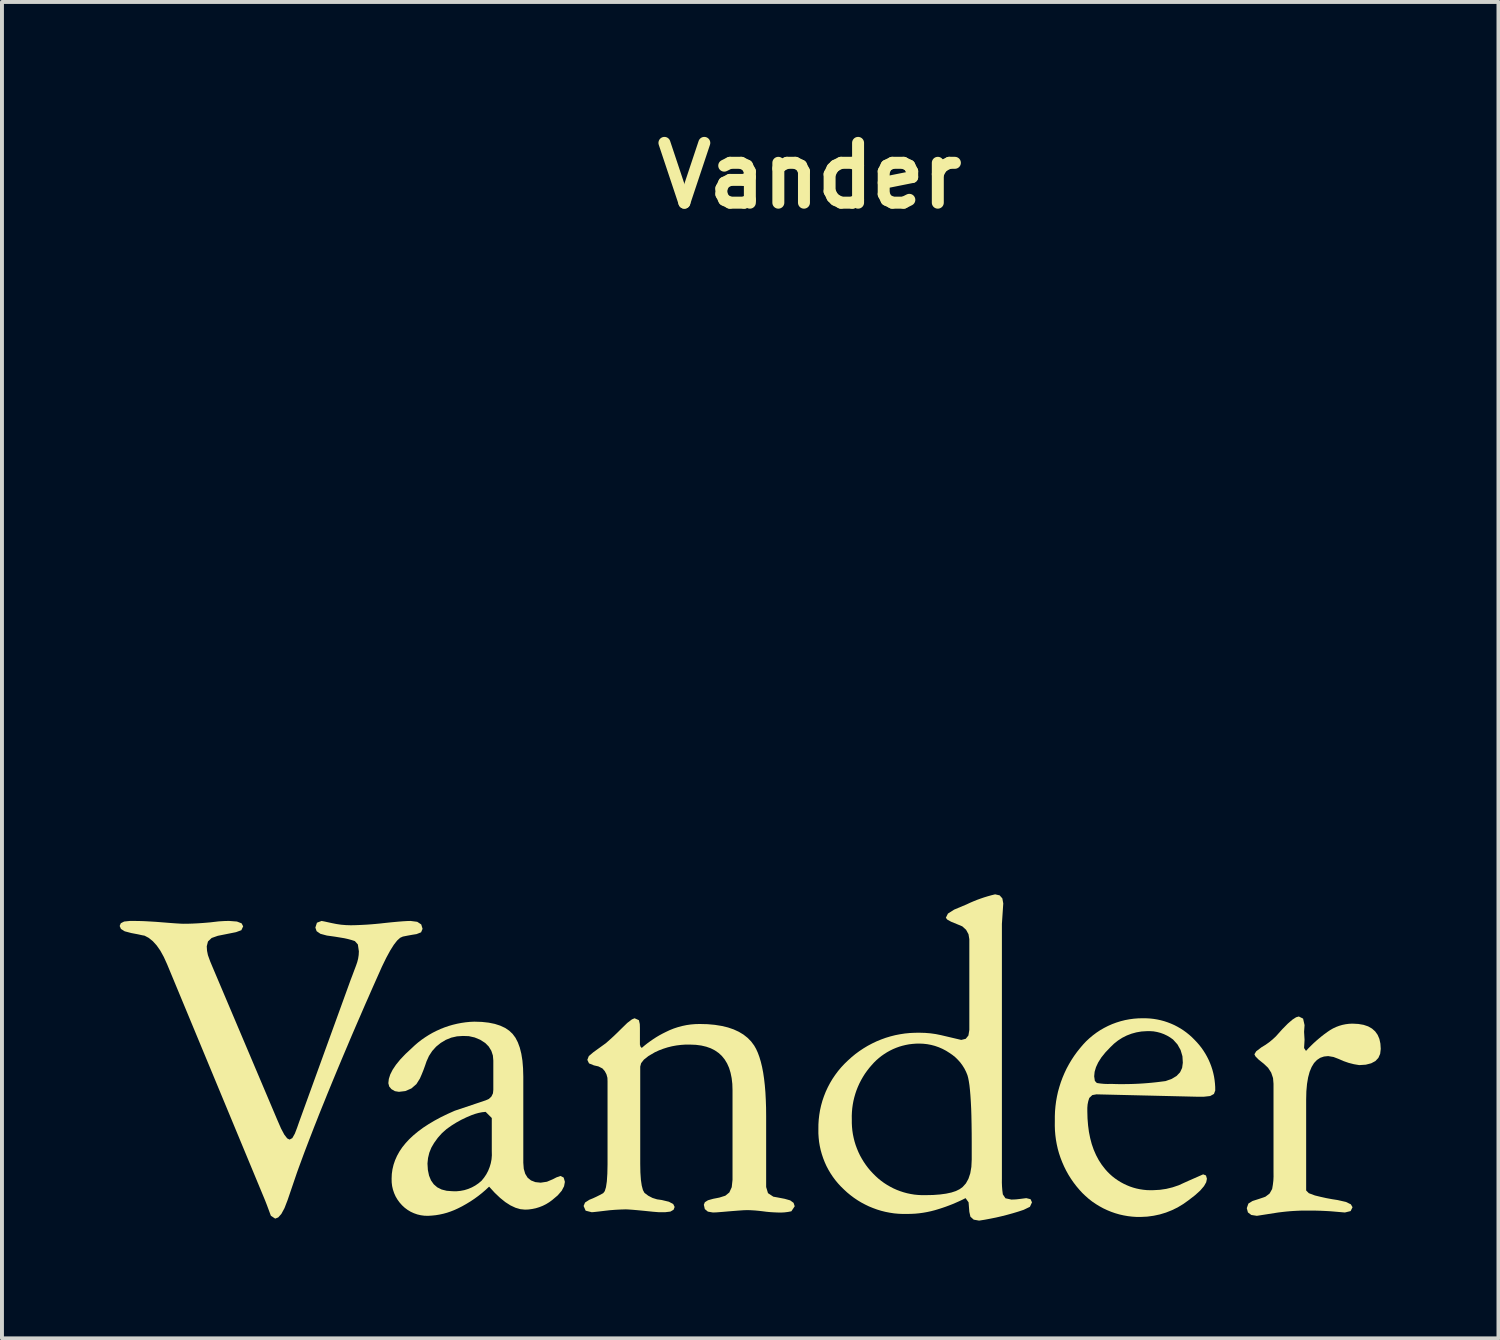
<source format=kicad_pcb>
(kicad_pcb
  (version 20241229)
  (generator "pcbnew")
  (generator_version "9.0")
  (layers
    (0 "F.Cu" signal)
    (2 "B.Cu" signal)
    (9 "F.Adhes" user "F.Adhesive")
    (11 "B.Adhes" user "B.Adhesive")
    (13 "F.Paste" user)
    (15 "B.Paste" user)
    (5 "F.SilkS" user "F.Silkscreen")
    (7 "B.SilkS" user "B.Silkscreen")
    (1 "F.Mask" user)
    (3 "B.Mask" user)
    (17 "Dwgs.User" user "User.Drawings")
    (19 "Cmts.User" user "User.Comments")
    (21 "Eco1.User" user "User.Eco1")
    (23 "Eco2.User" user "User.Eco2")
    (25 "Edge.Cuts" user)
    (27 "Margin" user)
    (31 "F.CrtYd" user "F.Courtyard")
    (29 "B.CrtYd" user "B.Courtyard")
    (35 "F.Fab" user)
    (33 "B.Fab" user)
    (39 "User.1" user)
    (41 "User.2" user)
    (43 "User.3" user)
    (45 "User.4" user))
  (footprint "Vander"
    (layer "F.Cu")
    (at 17.584 21.556)
    (property "Reference" "Vander" (at 0 -20.13 0) (layer "F.SilkS") (effects (font (size 1.524 1.524) (thickness 0.305))))
    (attr exclude_from_pos_files exclude_from_bom)
    (fp_poly (pts (xy 14.554 2.125) (xy 14.539 2.251) (xy 14.493 2.355) (xy 14.417 2.435) (xy 14.31 2.492) (xy 14.173 2.527) (xy 14.006 2.538) (xy 13.87 2.515) (xy 13.737 2.481) (xy 13.607 2.436) (xy 13.481 2.381) (xy 13.35 2.331) (xy 13.213 2.308) (xy 13.107 2.319) (xy 13.011 2.352) (xy 12.927 2.408) (xy 12.854 2.485) (xy 12.793 2.585) (xy 12.742 2.707) (xy 12.703 2.851) (xy 12.675 3.018) (xy 12.658 3.206) (xy 12.653 3.417) (xy 12.653 5.733) (xy 12.721 5.802) (xy 12.876 5.86) (xy 13.02 5.895) (xy 13.164 5.927) (xy 13.309 5.954) (xy 13.455 5.977) (xy 13.666 6.025) (xy 13.792 6.086) (xy 13.835 6.16) (xy 13.786 6.258) (xy 13.64 6.294) (xy 13.281 6.263) (xy 13.161 6.256) (xy 13.028 6.25) (xy 12.882 6.246) (xy 12.725 6.245) (xy 12.627 6.245) (xy 12.528 6.246) (xy 12.43 6.25) (xy 12.332 6.255) (xy 12.233 6.262) (xy 12.135 6.271) (xy 12.037 6.282) (xy 11.94 6.294) (xy 11.396 6.379) (xy 11.255 6.357) (xy 11.169 6.292) (xy 11.14 6.184) (xy 11.181 6.066) (xy 11.286 6.001) (xy 11.458 5.946) (xy 11.568 5.909) (xy 11.616 5.891) (xy 11.721 5.811) (xy 11.786 5.696) (xy 11.804 5.591) (xy 11.817 5.484) (xy 11.822 5.377) (xy 11.821 5.269) (xy 11.821 3.014) (xy 11.809 2.868) (xy 11.762 2.73) (xy 11.683 2.607) (xy 11.577 2.506) (xy 11.442 2.398) (xy 11.361 2.316) (xy 11.334 2.262) (xy 11.38 2.186) (xy 11.518 2.081) (xy 11.616 2.022) (xy 11.709 1.956) (xy 11.797 1.884) (xy 11.88 1.807) (xy 12.044 1.624) (xy 12.185 1.481) (xy 12.302 1.38) (xy 12.396 1.319) (xy 12.466 1.299) (xy 12.575 1.353) (xy 12.612 1.519) (xy 12.6 1.688) (xy 12.612 1.896) (xy 12.6 2.103) (xy 12.649 2.176) (xy 12.711 2.109) (xy 12.775 2.045) (xy 12.84 1.982) (xy 12.907 1.921) (xy 12.976 1.862) (xy 13.046 1.804) (xy 13.118 1.748) (xy 13.191 1.695) (xy 13.262 1.647) (xy 13.336 1.604) (xy 13.414 1.567) (xy 13.494 1.537) (xy 13.576 1.513) (xy 13.66 1.496) (xy 13.746 1.485) (xy 13.831 1.481) (xy 13.983 1.489) (xy 14.117 1.512) (xy 14.233 1.551) (xy 14.331 1.607) (xy 14.411 1.678) (xy 14.474 1.766) (xy 14.519 1.87) (xy 14.545 1.989) (xy 14.554 2.125)) (stroke (width 0) (type solid)) (fill yes) (layer "F.SilkS"))
    (fp_poly (pts (xy -9.865 -0.935) (xy -9.903 -0.846) (xy -10.018 -0.801) (xy -10.124 -0.784) (xy -10.241 -0.763) (xy -10.367 -0.738) (xy -10.436 -0.707) (xy -10.513 -0.637) (xy -10.598 -0.528) (xy -10.691 -0.38) (xy -10.792 -0.194) (xy -10.902 0.032) (xy -10.972 0.19) (xy -11.042 0.347) (xy -11.112 0.504) (xy -11.181 0.66) (xy -11.249 0.816) (xy -11.318 0.971) (xy -11.385 1.126) (xy -11.452 1.281) (xy -11.519 1.435) (xy -11.585 1.588) (xy -11.651 1.741) (xy -11.716 1.894) (xy -11.78 2.046) (xy -11.844 2.197) (xy -11.908 2.348) (xy -11.971 2.499) (xy -12.034 2.649) (xy -12.096 2.799) (xy -12.158 2.948) (xy -12.219 3.097) (xy -12.293 3.277) (xy -12.364 3.454) (xy -12.434 3.626) (xy -12.502 3.795) (xy -12.567 3.961) (xy -12.631 4.122) (xy -12.692 4.28) (xy -12.752 4.434) (xy -12.809 4.584) (xy -12.865 4.73) (xy -12.918 4.873) (xy -12.969 5.012) (xy -13.019 5.147) (xy -13.066 5.278) (xy -13.304 5.976) (xy -13.384 6.183) (xy -13.464 6.331) (xy -13.544 6.42) (xy -13.621 6.45) (xy -13.731 6.377) (xy -13.785 6.231) (xy -13.833 6.102) (xy -13.877 5.989) (xy -16.376 -0.034) (xy -16.46 -0.219) (xy -16.548 -0.379) (xy -16.642 -0.513) (xy -16.74 -0.621) (xy -16.843 -0.704) (xy -16.95 -0.761) (xy -17.003 -0.77) (xy -17.116 -0.795) (xy -17.289 -0.828) (xy -17.456 -0.872) (xy -17.552 -0.932) (xy -17.584 -1.008) (xy -17.555 -1.078) (xy -17.47 -1.121) (xy -17.328 -1.136) (xy -17.23 -1.136) (xy -17.106 -1.135) (xy -16.969 -1.131) (xy -16.819 -1.123) (xy -16.656 -1.113) (xy -16.479 -1.099) (xy -16.276 -1.083) (xy -16.122 -1.072) (xy -16.017 -1.066) (xy -15.961 -1.064) (xy -15.845 -1.065) (xy -15.719 -1.069) (xy -15.583 -1.076) (xy -15.438 -1.086) (xy -15.284 -1.099) (xy -15.06 -1.125) (xy -14.895 -1.135) (xy -14.791 -1.136) (xy -14.595 -1.121) (xy -14.477 -1.075) (xy -14.437 -0.999) (xy -14.483 -0.9) (xy -14.62 -0.85) (xy -15.084 -0.757) (xy -15.24 -0.702) (xy -15.334 -0.613) (xy -15.365 -0.49) (xy -15.358 -0.376) (xy -15.335 -0.264) (xy -15.278 -0.106) (xy -15.213 0.049) (xy -13.57 3.928) (xy -13.473 4.151) (xy -13.389 4.309) (xy -13.315 4.405) (xy -13.254 4.436) (xy -13.184 4.398) (xy -13.12 4.284) (xy -13.062 4.133) (xy -13.01 3.984) (xy -11.694 0.355) (xy -11.652 0.246) (xy -11.608 0.128) (xy -11.56 0.001) (xy -11.53 -0.086) (xy -11.507 -0.176) (xy -11.493 -0.268) (xy -11.488 -0.361) (xy -11.514 -0.537) (xy -11.591 -0.623) (xy -11.678 -0.651) (xy -11.766 -0.675) (xy -11.855 -0.695) (xy -11.945 -0.71) (xy -12.097 -0.735) (xy -12.216 -0.752) (xy -12.304 -0.764) (xy -12.468 -0.808) (xy -12.565 -0.875) (xy -12.597 -0.967) (xy -12.557 -1.091) (xy -12.439 -1.136) (xy -12.368 -1.123) (xy -12.182 -1.082) (xy -12.061 -1.058) (xy -11.94 -1.04) (xy -11.817 -1.03) (xy -11.694 -1.026) (xy -11.588 -1.028) (xy -11.482 -1.032) (xy -11.376 -1.037) (xy -11.27 -1.043) (xy -11.164 -1.051) (xy -11.059 -1.06) (xy -10.953 -1.07) (xy -10.847 -1.082) (xy -10.657 -1.102) (xy -10.494 -1.117) (xy -10.358 -1.128) (xy -10.25 -1.134) (xy -10.17 -1.136) (xy -10.001 -1.114) (xy -9.899 -1.047) (xy -9.865 -0.935)) (stroke (width 0) (type solid)) (fill yes) (layer "F.SilkS"))
    (fp_poly (pts (xy -0.381 6.135) (xy -0.466 6.263) (xy -0.553 6.28) (xy -0.642 6.291) (xy -0.73 6.296) (xy -0.82 6.294) (xy -0.914 6.29) (xy -1.009 6.284) (xy -1.103 6.275) (xy -1.197 6.263) (xy -1.291 6.252) (xy -1.386 6.243) (xy -1.48 6.237) (xy -1.575 6.233) (xy -1.681 6.236) (xy -1.836 6.247) (xy -2.039 6.263) (xy -2.237 6.28) (xy -2.38 6.291) (xy -2.465 6.294) (xy -2.594 6.272) (xy -2.672 6.207) (xy -2.697 6.097) (xy -2.671 6.032) (xy -2.591 5.982) (xy -2.459 5.945) (xy -2.301 5.914) (xy -2.149 5.866) (xy -2.047 5.783) (xy -1.986 5.649) (xy -1.966 5.462) (xy -1.966 3.176) (xy -1.971 3.017) (xy -1.988 2.869) (xy -2.016 2.733) (xy -2.054 2.608) (xy -2.104 2.496) (xy -2.165 2.395) (xy -2.237 2.306) (xy -2.32 2.229) (xy -2.414 2.164) (xy -2.519 2.11) (xy -2.635 2.069) (xy -2.762 2.039) (xy -2.9 2.021) (xy -3.05 2.015) (xy -3.165 2.015) (xy -3.28 2.023) (xy -3.395 2.037) (xy -3.509 2.058) (xy -3.621 2.086) (xy -3.731 2.121) (xy -3.839 2.162) (xy -3.944 2.21) (xy -4.108 2.306) (xy -4.225 2.399) (xy -4.295 2.489) (xy -4.318 2.575) (xy -4.318 5.051) (xy -4.314 5.276) (xy -4.301 5.462) (xy -4.279 5.611) (xy -4.249 5.722) (xy -4.21 5.794) (xy -4.113 5.867) (xy -4.005 5.923) (xy -3.889 5.959) (xy -3.769 5.976) (xy -3.587 6.02) (xy -3.477 6.079) (xy -3.441 6.153) (xy -3.468 6.224) (xy -3.549 6.271) (xy -3.685 6.287) (xy -3.852 6.286) (xy -3.989 6.275) (xy -4.204 6.253) (xy -4.381 6.236) (xy -4.52 6.224) (xy -4.621 6.217) (xy -4.684 6.214) (xy -4.817 6.218) (xy -4.95 6.225) (xy -5.083 6.235) (xy -5.215 6.25) (xy -5.391 6.271) (xy -5.503 6.283) (xy -5.554 6.287) (xy -5.709 6.248) (xy -5.761 6.128) (xy -5.724 6.04) (xy -5.615 5.97) (xy -5.524 5.933) (xy -5.435 5.892) (xy -5.347 5.848) (xy -5.261 5.801) (xy -5.222 5.75) (xy -5.191 5.65) (xy -5.169 5.503) (xy -5.156 5.307) (xy -5.151 5.063) (xy -5.151 2.953) (xy -5.154 2.862) (xy -5.178 2.774) (xy -5.22 2.694) (xy -5.28 2.624) (xy -5.383 2.571) (xy -5.497 2.545) (xy -5.623 2.494) (xy -5.666 2.404) (xy -5.628 2.307) (xy -5.513 2.21) (xy -5.192 1.978) (xy -5.094 1.891) (xy -4.996 1.802) (xy -4.898 1.708) (xy -4.801 1.612) (xy -4.648 1.463) (xy -4.532 1.374) (xy -4.462 1.344) (xy -4.352 1.393) (xy -4.329 1.492) (xy -4.326 1.593) (xy -4.326 2.015) (xy -4.31 2.069) (xy -4.279 2.1) (xy -4.209 2.04) (xy -4.137 1.983) (xy -4.063 1.929) (xy -3.988 1.877) (xy -3.911 1.827) (xy -3.832 1.78) (xy -3.751 1.736) (xy -3.669 1.695) (xy -3.568 1.647) (xy -3.463 1.605) (xy -3.357 1.57) (xy -3.248 1.541) (xy -3.138 1.518) (xy -3.027 1.502) (xy -2.915 1.493) (xy -2.802 1.49) (xy -2.602 1.495) (xy -2.415 1.512) (xy -2.242 1.54) (xy -2.083 1.578) (xy -1.937 1.628) (xy -1.805 1.689) (xy -1.687 1.76) (xy -1.582 1.843) (xy -1.491 1.936) (xy -1.414 2.04) (xy -1.365 2.126) (xy -1.321 2.223) (xy -1.281 2.332) (xy -1.245 2.452) (xy -1.213 2.584) (xy -1.185 2.728) (xy -1.162 2.884) (xy -1.143 3.051) (xy -1.128 3.23) (xy -1.118 3.421) (xy -1.111 3.623) (xy -1.109 3.837) (xy -1.109 5.645) (xy -1.062 5.801) (xy -0.926 5.891) (xy -0.836 5.907) (xy -0.638 5.945) (xy -0.497 5.985) (xy -0.41 6.048) (xy -0.381 6.135)) (stroke (width 0) (type solid)) (fill yes) (layer "F.SilkS"))
    (fp_poly (pts (xy -6.238 5.513) (xy -6.259 5.625) (xy -6.319 5.74) (xy -6.42 5.857) (xy -6.562 5.977) (xy -6.637 6.032) (xy -6.717 6.081) (xy -6.801 6.123) (xy -6.887 6.157) (xy -6.977 6.185) (xy -7.068 6.204) (xy -7.161 6.217) (xy -7.254 6.221) (xy -7.374 6.209) (xy -7.497 6.173) (xy -7.625 6.113) (xy -7.755 6.03) (xy -7.889 5.922) (xy -8.027 5.791) (xy -8.169 5.635) (xy -8.258 5.718) (xy -8.351 5.798) (xy -8.446 5.873) (xy -8.545 5.945) (xy -8.647 6.013) (xy -8.751 6.076) (xy -8.857 6.136) (xy -8.966 6.191) (xy -9.056 6.232) (xy -9.148 6.268) (xy -9.242 6.3) (xy -9.337 6.326) (xy -9.434 6.347) (xy -9.531 6.363) (xy -9.629 6.373) (xy -9.728 6.379) (xy -9.82 6.376) (xy -9.91 6.364) (xy -9.999 6.343) (xy -10.085 6.313) (xy -10.168 6.275) (xy -10.246 6.228) (xy -10.32 6.173) (xy -10.387 6.111) (xy -10.449 6.041) (xy -10.504 5.966) (xy -10.552 5.885) (xy -10.59 5.8) (xy -10.62 5.711) (xy -10.641 5.62) (xy -10.652 5.527) (xy -10.654 5.434) (xy -10.649 5.312) (xy -10.632 5.192) (xy -10.604 5.075) (xy -10.565 4.961) (xy -10.515 4.849) (xy -10.454 4.739) (xy -10.382 4.632) (xy -10.298 4.528) (xy -10.204 4.426) (xy -10.098 4.327) (xy -9.981 4.23) (xy -9.853 4.135) (xy -9.714 4.044) (xy -9.563 3.954) (xy -9.402 3.867) (xy -9.229 3.783) (xy -9.046 3.701) (xy -8.257 3.436) (xy -8.175 3.4) (xy -8.11 3.338) (xy -8.071 3.257) (xy -8.062 3.168) (xy -8.062 2.42) (xy -8.073 2.293) (xy -8.113 2.172) (xy -8.18 2.063) (xy -8.27 1.973) (xy -8.398 1.891) (xy -8.538 1.833) (xy -8.686 1.8) (xy -8.837 1.795) (xy -8.988 1.805) (xy -9.134 1.838) (xy -9.274 1.895) (xy -9.403 1.973) (xy -9.519 2.067) (xy -9.62 2.179) (xy -9.702 2.305) (xy -9.764 2.442) (xy -9.802 2.553) (xy -9.842 2.663) (xy -9.886 2.772) (xy -9.933 2.88) (xy -10.022 3.022) (xy -10.149 3.132) (xy -10.302 3.199) (xy -10.468 3.219) (xy -10.569 3.202) (xy -10.658 3.151) (xy -10.715 3.084) (xy -10.737 2.999) (xy -10.725 2.891) (xy -10.689 2.777) (xy -10.628 2.656) (xy -10.543 2.529) (xy -10.434 2.395) (xy -10.301 2.255) (xy -10.143 2.108) (xy -10.062 2.032) (xy -9.978 1.96) (xy -9.89 1.892) (xy -9.799 1.829) (xy -9.705 1.769) (xy -9.609 1.714) (xy -9.51 1.664) (xy -9.409 1.618) (xy -9.306 1.577) (xy -9.201 1.541) (xy -9.094 1.51) (xy -8.986 1.484) (xy -8.877 1.463) (xy -8.768 1.447) (xy -8.657 1.436) (xy -8.546 1.431) (xy -8.354 1.437) (xy -8.18 1.456) (xy -8.023 1.488) (xy -7.884 1.533) (xy -7.762 1.59) (xy -7.658 1.66) (xy -7.571 1.742) (xy -7.498 1.84) (xy -7.437 1.958) (xy -7.387 2.094) (xy -7.348 2.25) (xy -7.32 2.425) (xy -7.304 2.619) (xy -7.298 2.833) (xy -7.298 5.026) (xy -8.101 4.733) (xy -8.101 3.886) (xy -8.258 3.729) (xy -8.35 3.739) (xy -8.44 3.757) (xy -8.529 3.782) (xy -8.616 3.813) (xy -8.748 3.869) (xy -8.877 3.931) (xy -9.002 4) (xy -9.124 4.076) (xy -9.253 4.167) (xy -9.372 4.273) (xy -9.478 4.392) (xy -9.571 4.521) (xy -9.641 4.641) (xy -9.693 4.77) (xy -9.726 4.906) (xy -9.74 5.044) (xy -9.73 5.21) (xy -9.7 5.354) (xy -9.65 5.476) (xy -9.58 5.575) (xy -9.49 5.653) (xy -9.38 5.708) (xy -9.25 5.741) (xy -9.1 5.752) (xy -8.999 5.753) (xy -8.899 5.743) (xy -8.8 5.724) (xy -8.703 5.694) (xy -8.61 5.655) (xy -8.522 5.607) (xy -8.439 5.55) (xy -8.362 5.485) (xy -8.297 5.405) (xy -8.24 5.32) (xy -8.193 5.23) (xy -8.155 5.135) (xy -8.126 5.037) (xy -8.107 4.937) (xy -8.099 4.835) (xy -8.101 4.733) (xy -7.298 5.026) (xy -7.286 5.181) (xy -7.249 5.308) (xy -7.188 5.407) (xy -7.101 5.477) (xy -6.99 5.52) (xy -6.855 5.534) (xy -6.695 5.51) (xy -6.546 5.447) (xy -6.451 5.398) (xy -6.35 5.363) (xy -6.269 5.404) (xy -6.238 5.513)) (stroke (width 0) (type solid)) (fill yes) (layer "F.SilkS"))
    (fp_poly (pts (xy 10.336 3.185) (xy 9.51 2.477) (xy 9.5 2.312) (xy 9.453 2.153) (xy 9.372 2.009) (xy 9.261 1.886) (xy 9.187 1.833) (xy 9.109 1.787) (xy 9.027 1.748) (xy 8.942 1.717) (xy 8.854 1.694) (xy 8.765 1.678) (xy 8.674 1.672) (xy 8.584 1.673) (xy 8.455 1.681) (xy 8.327 1.703) (xy 8.203 1.737) (xy 8.082 1.783) (xy 7.967 1.841) (xy 7.858 1.911) (xy 7.757 1.991) (xy 7.664 2.081) (xy 7.538 2.213) (xy 7.434 2.342) (xy 7.354 2.468) (xy 7.297 2.59) (xy 7.262 2.709) (xy 7.251 2.824) (xy 7.268 2.94) (xy 7.319 2.994) (xy 7.41 3.007) (xy 7.503 3.016) (xy 7.595 3.019) (xy 7.688 3.017) (xy 7.774 3.02) (xy 7.861 3.022) (xy 7.947 3.023) (xy 8.034 3.022) (xy 8.121 3.021) (xy 8.207 3.019) (xy 8.294 3.016) (xy 8.38 3.012) (xy 8.467 3.007) (xy 8.553 3.001) (xy 8.639 2.994) (xy 8.726 2.986) (xy 8.812 2.977) (xy 8.898 2.967) (xy 8.984 2.956) (xy 9.07 2.945) (xy 9.227 2.889) (xy 9.35 2.815) (xy 9.439 2.722) (xy 9.492 2.609) (xy 9.51 2.477) (xy 10.336 3.185) (xy 10.303 3.273) (xy 10.206 3.326) (xy 10.043 3.344) (xy 9.884 3.344) (xy 7.308 3.283) (xy 7.203 3.302) (xy 7.126 3.375) (xy 7.1 3.457) (xy 7.083 3.541) (xy 7.076 3.627) (xy 7.076 3.713) (xy 7.081 3.897) (xy 7.095 4.072) (xy 7.117 4.24) (xy 7.149 4.399) (xy 7.189 4.551) (xy 7.239 4.695) (xy 7.298 4.83) (xy 7.366 4.958) (xy 7.443 5.077) (xy 7.529 5.188) (xy 7.587 5.253) (xy 7.648 5.314) (xy 7.713 5.372) (xy 7.782 5.426) (xy 7.853 5.475) (xy 7.927 5.521) (xy 8.003 5.562) (xy 8.082 5.599) (xy 8.162 5.632) (xy 8.245 5.66) (xy 8.329 5.683) (xy 8.414 5.701) (xy 8.499 5.714) (xy 8.586 5.723) (xy 8.673 5.726) (xy 8.76 5.725) (xy 8.925 5.716) (xy 9.088 5.692) (xy 9.248 5.653) (xy 9.405 5.6) (xy 9.527 5.544) (xy 9.651 5.488) (xy 9.776 5.433) (xy 9.901 5.378) (xy 10.028 5.322) (xy 10.1 5.35) (xy 10.124 5.434) (xy 10.106 5.523) (xy 10.049 5.623) (xy 9.954 5.734) (xy 9.82 5.855) (xy 9.649 5.987) (xy 9.516 6.081) (xy 9.377 6.165) (xy 9.231 6.236) (xy 9.08 6.296) (xy 8.925 6.343) (xy 8.766 6.377) (xy 8.605 6.399) (xy 8.443 6.407) (xy 8.332 6.407) (xy 8.222 6.4) (xy 8.112 6.387) (xy 8.003 6.368) (xy 7.896 6.344) (xy 7.789 6.313) (xy 7.685 6.277) (xy 7.583 6.235) (xy 7.483 6.188) (xy 7.386 6.135) (xy 7.291 6.077) (xy 7.2 6.015) (xy 7.113 5.947) (xy 7.03 5.874) (xy 6.95 5.798) (xy 6.875 5.716) (xy 6.798 5.625) (xy 6.726 5.531) (xy 6.658 5.433) (xy 6.595 5.332) (xy 6.537 5.228) (xy 6.484 5.121) (xy 6.436 5.012) (xy 6.393 4.901) (xy 6.355 4.787) (xy 6.323 4.673) (xy 6.297 4.556) (xy 6.276 4.439) (xy 6.261 4.321) (xy 6.251 4.202) (xy 6.247 4.083) (xy 6.248 3.964) (xy 6.248 3.838) (xy 6.253 3.712) (xy 6.264 3.587) (xy 6.28 3.462) (xy 6.302 3.338) (xy 6.329 3.215) (xy 6.363 3.094) (xy 6.401 2.974) (xy 6.445 2.856) (xy 6.494 2.74) (xy 6.548 2.626) (xy 6.608 2.515) (xy 6.672 2.407) (xy 6.741 2.302) (xy 6.815 2.2) (xy 6.894 2.101) (xy 6.968 2.014) (xy 7.046 1.931) (xy 7.13 1.853) (xy 7.217 1.78) (xy 7.309 1.711) (xy 7.404 1.648) (xy 7.503 1.591) (xy 7.605 1.539) (xy 7.709 1.493) (xy 7.817 1.453) (xy 7.926 1.419) (xy 8.037 1.391) (xy 8.149 1.37) (xy 8.262 1.355) (xy 8.376 1.346) (xy 8.49 1.344) (xy 8.582 1.345) (xy 8.674 1.35) (xy 8.765 1.36) (xy 8.856 1.375) (xy 8.945 1.394) (xy 9.034 1.418) (xy 9.121 1.447) (xy 9.207 1.48) (xy 9.291 1.517) (xy 9.372 1.559) (xy 9.452 1.605) (xy 9.529 1.655) (xy 9.603 1.709) (xy 9.675 1.767) (xy 9.743 1.828) (xy 9.808 1.893) (xy 9.87 1.958) (xy 9.928 2.025) (xy 9.984 2.096) (xy 10.035 2.169) (xy 10.083 2.245) (xy 10.127 2.323) (xy 10.167 2.403) (xy 10.203 2.485) (xy 10.235 2.569) (xy 10.263 2.654) (xy 10.286 2.741) (xy 10.305 2.828) (xy 10.319 2.917) (xy 10.329 3.006) (xy 10.335 3.095) (xy 10.336 3.185)) (stroke (width 0) (type solid)) (fill yes) (layer "F.SilkS"))
    (fp_poly (pts (xy 5.666 6.035) (xy 5.613 6.149) (xy 5.454 6.226) (xy 5.315 6.272) (xy 5.175 6.314) (xy 5.034 6.353) (xy 4.892 6.389) (xy 4.75 6.422) (xy 4.606 6.451) (xy 4.463 6.478) (xy 4.318 6.501) (xy 4.18 6.476) (xy 4.097 6.401) (xy 4.069 6.277) (xy 4.059 6.149) (xy 4.05 6.035) (xy 3.973 5.928) (xy 3.891 5.969) (xy 3.808 6.008) (xy 3.724 6.045) (xy 3.64 6.081) (xy 3.555 6.114) (xy 3.469 6.146) (xy 3.382 6.176) (xy 3.295 6.204) (xy 3.196 6.234) (xy 3.096 6.26) (xy 2.995 6.282) (xy 2.893 6.3) (xy 2.791 6.314) (xy 2.688 6.324) (xy 2.584 6.329) (xy 2.481 6.331) (xy 2.37 6.331) (xy 2.26 6.326) (xy 2.15 6.316) (xy 2.04 6.299) (xy 1.932 6.278) (xy 1.824 6.251) (xy 1.719 6.219) (xy 1.615 6.181) (xy 1.512 6.139) (xy 1.413 6.091) (xy 1.315 6.039) (xy 1.221 5.982) (xy 1.129 5.92) (xy 1.04 5.853) (xy 0.955 5.783) (xy 0.874 5.708) (xy 0.797 5.633) (xy 0.724 5.554) (xy 0.655 5.471) (xy 0.591 5.385) (xy 0.532 5.296) (xy 0.477 5.203) (xy 0.427 5.108) (xy 0.383 5.01) (xy 0.344 4.91) (xy 0.31 4.808) (xy 0.281 4.705) (xy 0.258 4.6) (xy 0.24 4.494) (xy 0.229 4.387) (xy 0.222 4.28) (xy 0.222 4.172) (xy 0.223 4.049) (xy 0.231 3.927) (xy 0.245 3.805) (xy 0.265 3.684) (xy 0.292 3.564) (xy 0.325 3.445) (xy 0.365 3.329) (xy 0.41 3.215) (xy 0.462 3.103) (xy 0.519 2.995) (xy 0.582 2.889) (xy 0.651 2.787) (xy 0.724 2.689) (xy 0.803 2.595) (xy 0.887 2.505) (xy 0.975 2.42) (xy 1.069 2.335) (xy 1.166 2.255) (xy 1.267 2.181) (xy 1.372 2.111) (xy 1.48 2.046) (xy 1.591 1.987) (xy 1.704 1.933) (xy 1.821 1.885) (xy 1.939 1.842) (xy 2.059 1.806) (xy 2.181 1.775) (xy 2.305 1.751) (xy 2.429 1.732) (xy 2.554 1.72) (xy 2.68 1.714) (xy 2.806 1.713) (xy 2.942 1.717) (xy 3.078 1.728) (xy 3.213 1.747) (xy 3.346 1.774) (xy 3.863 1.896) (xy 3.977 1.868) (xy 4.046 1.783) (xy 4.069 1.641) (xy 4.069 -0.671) (xy 4.048 -0.798) (xy 3.986 -0.911) (xy 3.89 -0.998) (xy 3.771 -1.048) (xy 3.605 -1.116) (xy 3.505 -1.172) (xy 3.471 -1.218) (xy 3.524 -1.324) (xy 3.681 -1.424) (xy 4 -1.558) (xy 4.087 -1.599) (xy 4.176 -1.637) (xy 4.265 -1.673) (xy 4.356 -1.706) (xy 4.447 -1.737) (xy 4.539 -1.765) (xy 4.632 -1.791) (xy 4.726 -1.814) (xy 4.842 -1.788) (xy 4.911 -1.71) (xy 4.934 -1.582) (xy 4.899 -1.059) (xy 4.899 5.429) (xy 4.13 4.943) (xy 4.13 4.518) (xy 4.129 4.272) (xy 4.126 4.045) (xy 4.122 3.835) (xy 4.116 3.643) (xy 4.107 3.468) (xy 4.097 3.312) (xy 4.085 3.172) (xy 4.072 3.051) (xy 4.056 2.947) (xy 4.039 2.861) (xy 4.02 2.792) (xy 3.985 2.707) (xy 3.943 2.624) (xy 3.894 2.546) (xy 3.839 2.471) (xy 3.777 2.402) (xy 3.711 2.337) (xy 3.639 2.279) (xy 3.563 2.227) (xy 3.476 2.172) (xy 3.385 2.124) (xy 3.291 2.083) (xy 3.194 2.049) (xy 3.095 2.023) (xy 2.994 2.004) (xy 2.892 1.993) (xy 2.789 1.989) (xy 2.703 1.991) (xy 2.618 1.998) (xy 2.533 2.008) (xy 2.449 2.024) (xy 2.366 2.044) (xy 2.284 2.068) (xy 2.204 2.097) (xy 2.125 2.13) (xy 2.048 2.168) (xy 1.974 2.209) (xy 1.901 2.255) (xy 1.831 2.304) (xy 1.764 2.357) (xy 1.7 2.413) (xy 1.639 2.473) (xy 1.582 2.536) (xy 1.52 2.608) (xy 1.462 2.683) (xy 1.407 2.76) (xy 1.357 2.84) (xy 1.31 2.922) (xy 1.267 3.006) (xy 1.228 3.093) (xy 1.193 3.181) (xy 1.163 3.27) (xy 1.137 3.361) (xy 1.115 3.453) (xy 1.098 3.546) (xy 1.085 3.64) (xy 1.077 3.734) (xy 1.073 3.829) (xy 1.074 3.923) (xy 1.074 4.018) (xy 1.079 4.113) (xy 1.088 4.207) (xy 1.102 4.301) (xy 1.121 4.393) (xy 1.144 4.485) (xy 1.172 4.576) (xy 1.205 4.665) (xy 1.241 4.752) (xy 1.282 4.838) (xy 1.328 4.921) (xy 1.377 5.002) (xy 1.43 5.08) (xy 1.487 5.156) (xy 1.548 5.229) (xy 1.612 5.298) (xy 1.678 5.364) (xy 1.747 5.427) (xy 1.819 5.485) (xy 1.894 5.54) (xy 1.973 5.591) (xy 2.053 5.637) (xy 2.136 5.68) (xy 2.221 5.718) (xy 2.308 5.751) (xy 2.397 5.78) (xy 2.486 5.804) (xy 2.578 5.823) (xy 2.669 5.838) (xy 2.762 5.847) (xy 2.855 5.852) (xy 2.948 5.852) (xy 3.144 5.848) (xy 3.319 5.835) (xy 3.475 5.814) (xy 3.611 5.785) (xy 3.727 5.747) (xy 3.822 5.7) (xy 3.898 5.645) (xy 3.981 5.553) (xy 4.046 5.436) (xy 4.093 5.296) (xy 4.121 5.131) (xy 4.13 4.943) (xy 4.899 5.429) (xy 4.898 5.53) (xy 4.902 5.631) (xy 4.91 5.731) (xy 4.923 5.832) (xy 4.99 5.932) (xy 5.143 5.965) (xy 5.258 5.96) (xy 5.373 5.947) (xy 5.52 5.928) (xy 5.629 5.955) (xy 5.666 6.035)) (stroke (width 0) (type solid)) (fill yes) (layer "F.SilkS")))
  (gr_rect
    (start -3 -3)
    (end 35.138 31.057)
    (stroke (width 0.1) (type default))
    (fill no)
    (layer "Edge.Cuts")))
</source>
